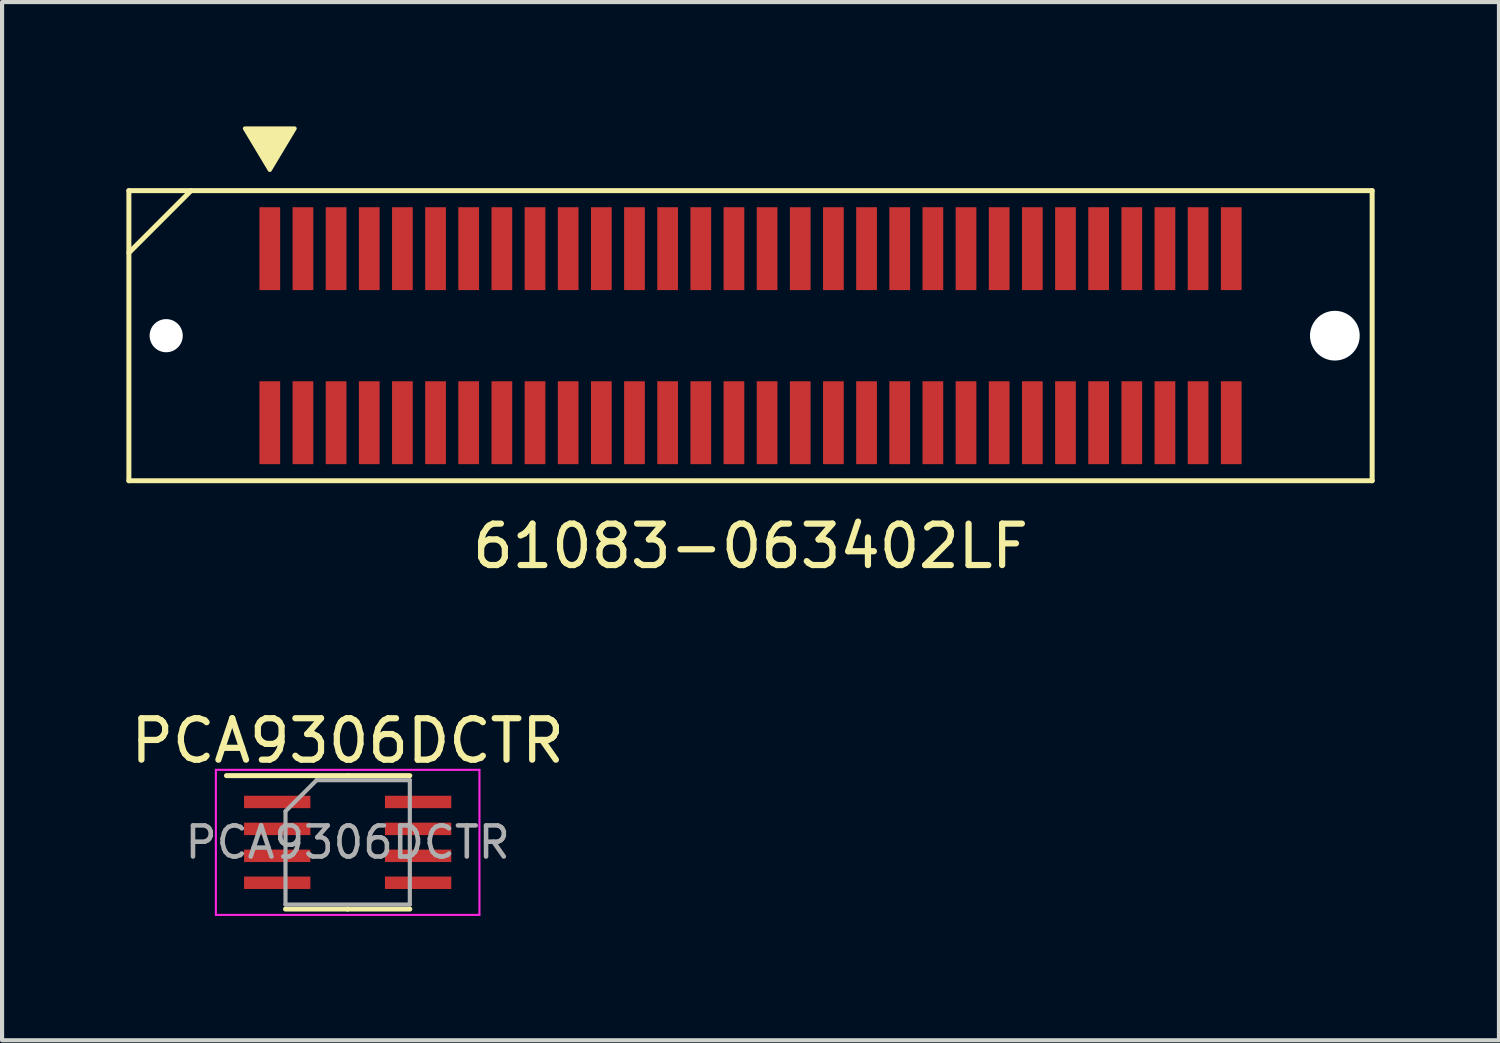
<source format=kicad_pcb>
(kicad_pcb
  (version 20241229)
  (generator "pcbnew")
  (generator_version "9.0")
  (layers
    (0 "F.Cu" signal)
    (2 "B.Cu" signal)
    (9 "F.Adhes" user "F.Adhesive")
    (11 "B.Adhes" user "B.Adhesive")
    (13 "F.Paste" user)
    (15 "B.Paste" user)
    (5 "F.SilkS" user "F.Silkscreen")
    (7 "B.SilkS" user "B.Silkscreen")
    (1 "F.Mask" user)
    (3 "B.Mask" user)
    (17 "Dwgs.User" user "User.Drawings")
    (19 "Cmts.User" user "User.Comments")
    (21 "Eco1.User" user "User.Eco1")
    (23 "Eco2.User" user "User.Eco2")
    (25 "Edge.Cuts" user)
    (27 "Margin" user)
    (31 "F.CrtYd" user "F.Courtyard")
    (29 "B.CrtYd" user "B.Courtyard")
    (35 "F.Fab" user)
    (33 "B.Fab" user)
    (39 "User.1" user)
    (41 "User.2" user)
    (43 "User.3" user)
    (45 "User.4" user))
  (footprint "61083-063402LF"
    (layer "F.Cu")
    (at 15.06 5.05)
    (property "Reference" "61083-063402LF" (at 0 5.08 0) (layer "F.SilkS") (effects (font (size 1 1) (thickness 0.15))))
    (attr through_hole)
    (fp_line (start -15 -3.5) (end -15 3.5) (stroke (width 0.12) (type solid)) (layer "F.SilkS"))
    (fp_line (start -15 3.5) (end 15 3.5) (stroke (width 0.12) (type solid)) (layer "F.SilkS"))
    (fp_line (start -13.5 -3.5) (end -15 -2) (stroke (width 0.12) (type solid)) (layer "F.SilkS"))
    (fp_line (start 15 -3.5) (end -15 -3.5) (stroke (width 0.12) (type solid)) (layer "F.SilkS"))
    (fp_line (start 15 3.5) (end 15 -3.5) (stroke (width 0.12) (type solid)) (layer "F.SilkS"))
    (fp_poly (pts (xy -11.6 -4) (xy -12.2 -5) (xy -11 -5)) (stroke (width 0.1) (type solid)) (fill yes) (layer "F.SilkS"))
    (pad "" np_thru_hole circle (at -14.1 0) (size 0.8 0.8) (drill 0.8) (layers "*.Cu" "*.Mask"))
    (pad "" np_thru_hole circle (at 14.1 0) (size 1.2 1.2) (drill 1.2) (layers "*.Cu" "*.Mask"))
    (pad "1" smd rect (at -11.6 -2.1) (size 0.5 2) (layers "F.Cu" "F.Mask" "F.Paste"))
    (pad "2" smd rect (at -11.6 2.1) (size 0.5 2) (layers "F.Cu" "F.Mask" "F.Paste"))
    (pad "3" smd rect (at -10.8 -2.1) (size 0.5 2) (layers "F.Cu" "F.Mask" "F.Paste"))
    (pad "4" smd rect (at -10.8 2.1) (size 0.5 2) (layers "F.Cu" "F.Mask" "F.Paste"))
    (pad "5" smd rect (at -10 -2.1) (size 0.5 2) (layers "F.Cu" "F.Mask" "F.Paste"))
    (pad "6" smd rect (at -10 2.1) (size 0.5 2) (layers "F.Cu" "F.Mask" "F.Paste"))
    (pad "7" smd rect (at -9.2 -2.1) (size 0.5 2) (layers "F.Cu" "F.Mask" "F.Paste"))
    (pad "8" smd rect (at -9.2 2.1) (size 0.5 2) (layers "F.Cu" "F.Mask" "F.Paste"))
    (pad "9" smd rect (at -8.4 -2.1) (size 0.5 2) (layers "F.Cu" "F.Mask" "F.Paste"))
    (pad "10" smd rect (at -8.4 2.1) (size 0.5 2) (layers "F.Cu" "F.Mask" "F.Paste"))
    (pad "11" smd rect (at -7.6 -2.1) (size 0.5 2) (layers "F.Cu" "F.Mask" "F.Paste"))
    (pad "12" smd rect (at -7.6 2.1) (size 0.5 2) (layers "F.Cu" "F.Mask" "F.Paste"))
    (pad "13" smd rect (at -6.8 -2.1) (size 0.5 2) (layers "F.Cu" "F.Mask" "F.Paste"))
    (pad "14" smd rect (at -6.8 2.1) (size 0.5 2) (layers "F.Cu" "F.Mask" "F.Paste"))
    (pad "15" smd rect (at -6 -2.1) (size 0.5 2) (layers "F.Cu" "F.Mask" "F.Paste"))
    (pad "16" smd rect (at -6 2.1) (size 0.5 2) (layers "F.Cu" "F.Mask" "F.Paste"))
    (pad "17" smd rect (at -5.2 -2.1) (size 0.5 2) (layers "F.Cu" "F.Mask" "F.Paste"))
    (pad "18" smd rect (at -5.2 2.1) (size 0.5 2) (layers "F.Cu" "F.Mask" "F.Paste"))
    (pad "19" smd rect (at -4.4 -2.1) (size 0.5 2) (layers "F.Cu" "F.Mask" "F.Paste"))
    (pad "20" smd rect (at -4.4 2.1) (size 0.5 2) (layers "F.Cu" "F.Mask" "F.Paste"))
    (pad "21" smd rect (at -3.6 -2.1) (size 0.5 2) (layers "F.Cu" "F.Mask" "F.Paste"))
    (pad "22" smd rect (at -3.6 2.1) (size 0.5 2) (layers "F.Cu" "F.Mask" "F.Paste"))
    (pad "23" smd rect (at -2.8 -2.1) (size 0.5 2) (layers "F.Cu" "F.Mask" "F.Paste"))
    (pad "24" smd rect (at -2.8 2.1) (size 0.5 2) (layers "F.Cu" "F.Mask" "F.Paste"))
    (pad "25" smd rect (at -2 -2.1) (size 0.5 2) (layers "F.Cu" "F.Mask" "F.Paste"))
    (pad "26" smd rect (at -2 2.1) (size 0.5 2) (layers "F.Cu" "F.Mask" "F.Paste"))
    (pad "27" smd rect (at -1.2 -2.1) (size 0.5 2) (layers "F.Cu" "F.Mask" "F.Paste"))
    (pad "28" smd rect (at -1.2 2.1) (size 0.5 2) (layers "F.Cu" "F.Mask" "F.Paste"))
    (pad "29" smd rect (at -0.4 -2.1) (size 0.5 2) (layers "F.Cu" "F.Mask" "F.Paste"))
    (pad "30" smd rect (at -0.4 2.1) (size 0.5 2) (layers "F.Cu" "F.Mask" "F.Paste"))
    (pad "31" smd rect (at 0.4 -2.1) (size 0.5 2) (layers "F.Cu" "F.Mask" "F.Paste"))
    (pad "32" smd rect (at 0.4 2.1) (size 0.5 2) (layers "F.Cu" "F.Mask" "F.Paste"))
    (pad "33" smd rect (at 1.2 -2.1) (size 0.5 2) (layers "F.Cu" "F.Mask" "F.Paste"))
    (pad "34" smd rect (at 1.2 2.1) (size 0.5 2) (layers "F.Cu" "F.Mask" "F.Paste"))
    (pad "35" smd rect (at 2 -2.1) (size 0.5 2) (layers "F.Cu" "F.Mask" "F.Paste"))
    (pad "36" smd rect (at 2 2.1) (size 0.5 2) (layers "F.Cu" "F.Mask" "F.Paste"))
    (pad "37" smd rect (at 2.8 -2.1) (size 0.5 2) (layers "F.Cu" "F.Mask" "F.Paste"))
    (pad "38" smd rect (at 2.8 2.1) (size 0.5 2) (layers "F.Cu" "F.Mask" "F.Paste"))
    (pad "39" smd rect (at 3.6 -2.1) (size 0.5 2) (layers "F.Cu" "F.Mask" "F.Paste"))
    (pad "40" smd rect (at 3.6 2.1) (size 0.5 2) (layers "F.Cu" "F.Mask" "F.Paste"))
    (pad "41" smd rect (at 4.4 -2.1) (size 0.5 2) (layers "F.Cu" "F.Mask" "F.Paste"))
    (pad "42" smd rect (at 4.4 2.1) (size 0.5 2) (layers "F.Cu" "F.Mask" "F.Paste"))
    (pad "43" smd rect (at 5.2 -2.1) (size 0.5 2) (layers "F.Cu" "F.Mask" "F.Paste"))
    (pad "44" smd rect (at 5.2 2.1) (size 0.5 2) (layers "F.Cu" "F.Mask" "F.Paste"))
    (pad "45" smd rect (at 6 -2.1) (size 0.5 2) (layers "F.Cu" "F.Mask" "F.Paste"))
    (pad "46" smd rect (at 6 2.1) (size 0.5 2) (layers "F.Cu" "F.Mask" "F.Paste"))
    (pad "47" smd rect (at 6.8 -2.1) (size 0.5 2) (layers "F.Cu" "F.Mask" "F.Paste"))
    (pad "48" smd rect (at 6.8 2.1) (size 0.5 2) (layers "F.Cu" "F.Mask" "F.Paste"))
    (pad "49" smd rect (at 7.6 -2.1) (size 0.5 2) (layers "F.Cu" "F.Mask" "F.Paste"))
    (pad "50" smd rect (at 7.6 2.1) (size 0.5 2) (layers "F.Cu" "F.Mask" "F.Paste"))
    (pad "51" smd rect (at 8.4 -2.1) (size 0.5 2) (layers "F.Cu" "F.Mask" "F.Paste"))
    (pad "52" smd rect (at 8.4 2.1) (size 0.5 2) (layers "F.Cu" "F.Mask" "F.Paste"))
    (pad "53" smd rect (at 9.2 -2.1) (size 0.5 2) (layers "F.Cu" "F.Mask" "F.Paste"))
    (pad "54" smd rect (at 9.2 2.1) (size 0.5 2) (layers "F.Cu" "F.Mask" "F.Paste"))
    (pad "55" smd rect (at 10 -2.1) (size 0.5 2) (layers "F.Cu" "F.Mask" "F.Paste"))
    (pad "56" smd rect (at 10 2.1) (size 0.5 2) (layers "F.Cu" "F.Mask" "F.Paste"))
    (pad "57" smd rect (at 10.8 -2.1) (size 0.5 2) (layers "F.Cu" "F.Mask" "F.Paste"))
    (pad "58" smd rect (at 10.8 2.1) (size 0.5 2) (layers "F.Cu" "F.Mask" "F.Paste"))
    (pad "59" smd rect (at 11.6 -2.1) (size 0.5 2) (layers "F.Cu" "F.Mask" "F.Paste"))
    (pad "60" smd rect (at 11.6 2.1) (size 0.5 2) (layers "F.Cu" "F.Mask" "F.Paste")))
  (footprint "PCA9306DCTR"
    (layer "F.Cu")
    (at 5.339 17.276)
    (property "Reference" "PCA9306DCTR" (at 0 -2.45 0) (layer "F.SilkS") (effects (font (size 1 1) (thickness 0.15))))
    (attr smd)
    (fp_line (start 0 -1.61) (end -2.925 -1.61) (stroke (width 0.12) (type solid)) (layer "F.SilkS"))
    (fp_line (start 0 -1.61) (end 1.5 -1.61) (stroke (width 0.12) (type solid)) (layer "F.SilkS"))
    (fp_line (start 0 1.61) (end -1.5 1.61) (stroke (width 0.12) (type solid)) (layer "F.SilkS"))
    (fp_line (start 0 1.61) (end 1.5 1.61) (stroke (width 0.12) (type solid)) (layer "F.SilkS"))
    (fp_line (start -3.18 -1.75) (end -3.18 1.75) (stroke (width 0.05) (type solid)) (layer "F.CrtYd"))
    (fp_line (start -3.18 1.75) (end 3.18 1.75) (stroke (width 0.05) (type solid)) (layer "F.CrtYd"))
    (fp_line (start 3.18 -1.75) (end -3.18 -1.75) (stroke (width 0.05) (type solid)) (layer "F.CrtYd"))
    (fp_line (start 3.18 1.75) (end 3.18 -1.75) (stroke (width 0.05) (type solid)) (layer "F.CrtYd"))
    (fp_line (start -1.5 -0.75) (end -0.75 -1.5) (stroke (width 0.1) (type solid)) (layer "F.Fab"))
    (fp_line (start -1.5 1.5) (end -1.5 -0.75) (stroke (width 0.1) (type solid)) (layer "F.Fab"))
    (fp_line (start -0.75 -1.5) (end 1.5 -1.5) (stroke (width 0.1) (type solid)) (layer "F.Fab"))
    (fp_line (start 1.5 -1.5) (end 1.5 1.5) (stroke (width 0.1) (type solid)) (layer "F.Fab"))
    (fp_line (start 1.5 1.5) (end -1.5 1.5) (stroke (width 0.1) (type solid)) (layer "F.Fab"))
    (fp_text user "${REFERENCE}" (at 0 0 0) (layer "F.Fab") (effects (font (size 0.75 0.75) (thickness 0.11))))
    (pad "1" smd rect (at -1.7 -0.975) (size 1.6 0.3) (layers "F.Cu" "F.Mask" "F.Paste"))
    (pad "2" smd rect (at -1.7 -0.325) (size 1.6 0.3) (layers "F.Cu" "F.Mask" "F.Paste"))
    (pad "3" smd rect (at -1.7 0.325) (size 1.6 0.3) (layers "F.Cu" "F.Mask" "F.Paste"))
    (pad "4" smd rect (at -1.7 0.975) (size 1.6 0.3) (layers "F.Cu" "F.Mask" "F.Paste"))
    (pad "5" smd rect (at 1.7 0.975) (size 1.6 0.3) (layers "F.Cu" "F.Mask" "F.Paste"))
    (pad "6" smd rect (at 1.7 0.325) (size 1.6 0.3) (layers "F.Cu" "F.Mask" "F.Paste"))
    (pad "7" smd rect (at 1.7 -0.325) (size 1.6 0.3) (layers "F.Cu" "F.Mask" "F.Paste"))
    (pad "8" smd rect (at 1.7 -0.975) (size 1.6 0.3) (layers "F.Cu" "F.Mask" "F.Paste")))
  (gr_rect
    (start -3 -3)
    (end 33.12 22.052)
    (stroke (width 0.1) (type default))
    (fill no)
    (layer "Edge.Cuts")))
</source>
